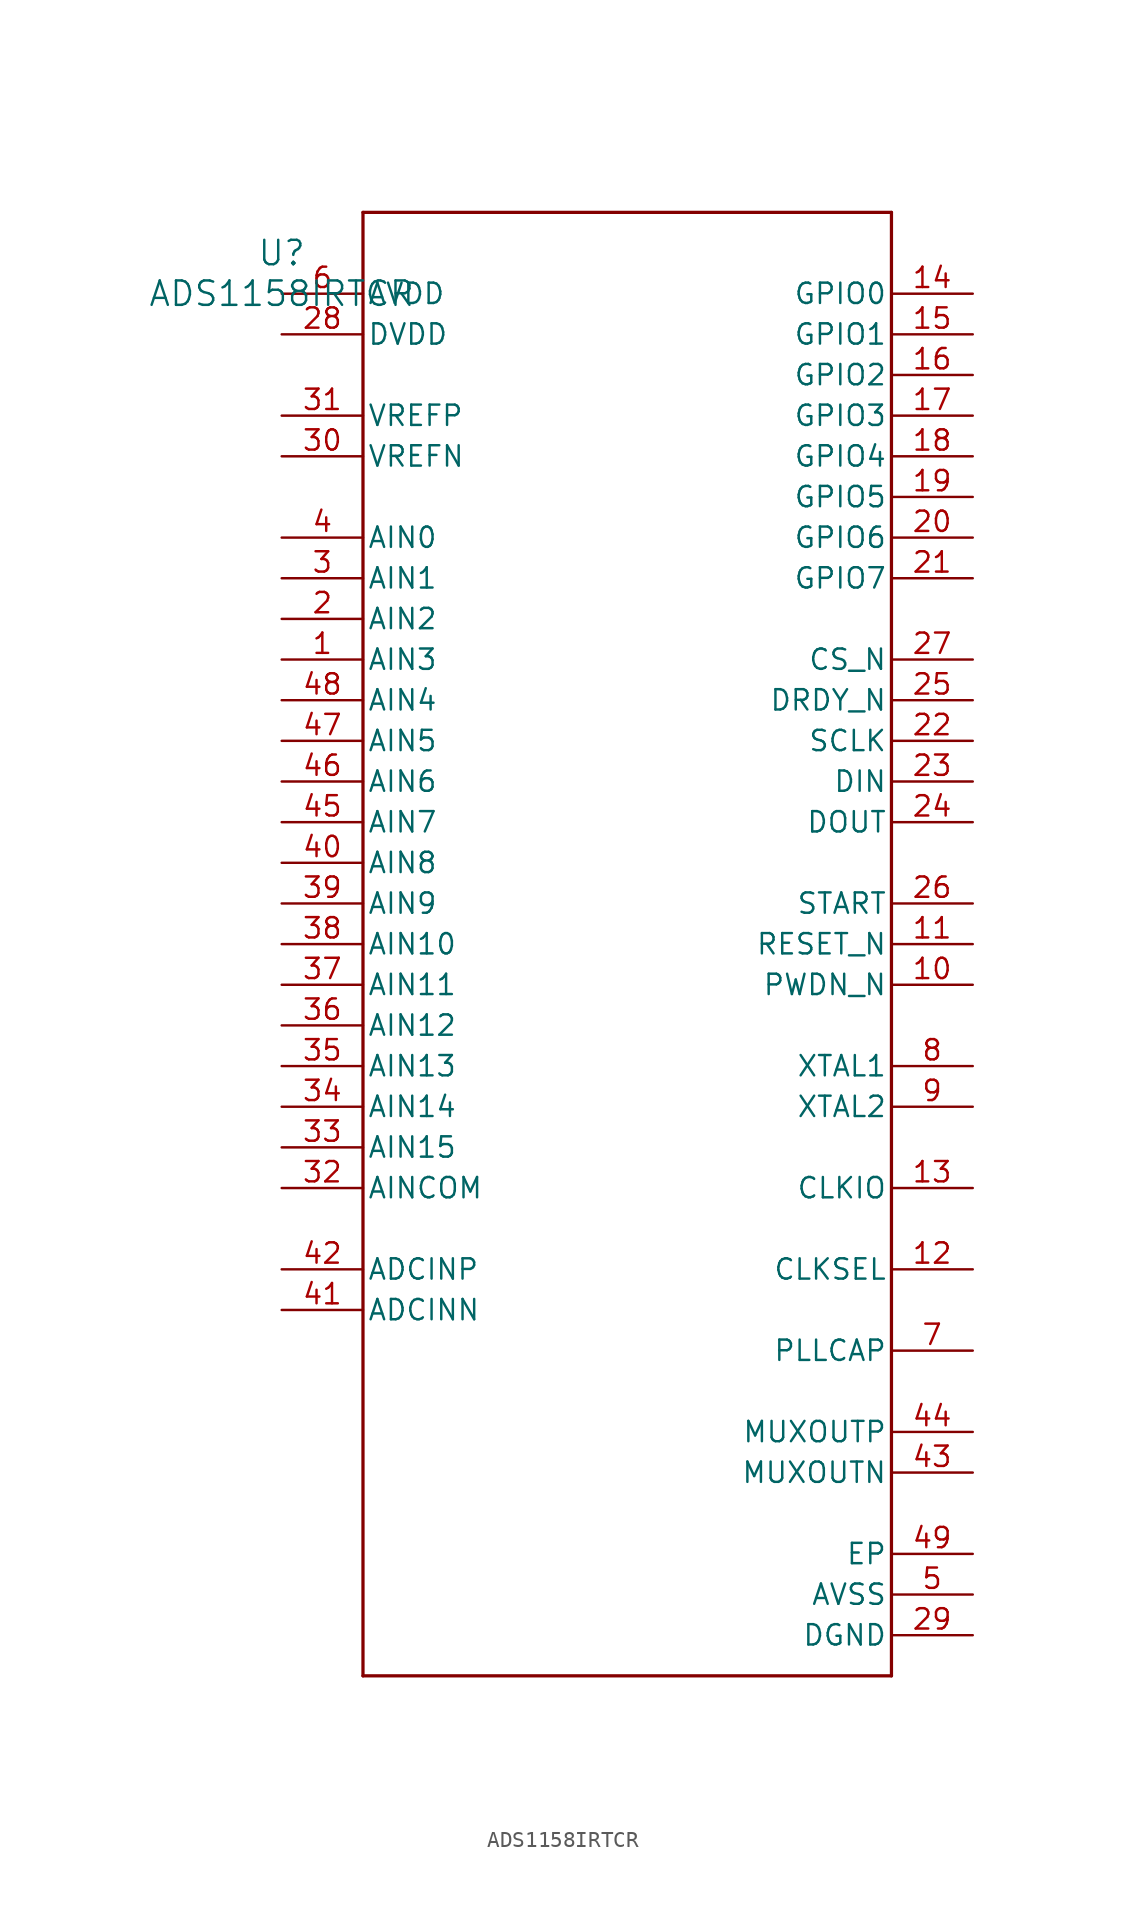
<source format=kicad_sym>
(kicad_symbol_lib
  (version 20211014)
  (generator kicad_symbol_editor)
  (symbol "ADS1158IRTCR"
    (pin_names
      (offset 0.254))
    (property "Reference" "U"
      (at 0 2.54 0)
      (effects (font (size 1.524 1.524))))
    (property "Value" "ADS1158IRTCR"
      (at 0 0 0)
      (effects (font (size 1.524 1.524))))
    (symbol "ADS1158IRTCR_0_1"
      (polyline (pts (xy 5.08 -86.36) (xy 38.1 -86.36)) (stroke (width 0.203) (type default) (color 0 0 0 0)) (fill (type none)))
      (polyline (pts (xy 38.1 -86.36) (xy 38.1 5.08)) (stroke (width 0.203) (type default) (color 0 0 0 0)) (fill (type none)))
      (polyline (pts (xy 38.1 5.08) (xy 5.08 5.08)) (stroke (width 0.203) (type default) (color 0 0 0 0)) (fill (type none)))
      (polyline (pts (xy 5.08 5.08) (xy 5.08 -86.36)) (stroke (width 0.203) (type default) (color 0 0 0 0)) (fill (type none)))
      (pin unspecified line (at 0 -22.86 0) (length 5.08) (name "AIN3" (effects (font (size 1.27 1.27)))) (number "1" (effects (font (size 1.27 1.27)))))
      (pin unspecified line (at 0 -20.32 0) (length 5.08) (name "AIN2" (effects (font (size 1.27 1.27)))) (number "2" (effects (font (size 1.27 1.27)))))
      (pin unspecified line (at 0 -17.78 0) (length 5.08) (name "AIN1" (effects (font (size 1.27 1.27)))) (number "3" (effects (font (size 1.27 1.27)))))
      (pin unspecified line (at 0 -15.24 0) (length 5.08) (name "AIN0" (effects (font (size 1.27 1.27)))) (number "4" (effects (font (size 1.27 1.27)))))
      (pin power_in line (at 43.18 -81.28 180) (length 5.08) (name "AVSS" (effects (font (size 1.27 1.27)))) (number "5" (effects (font (size 1.27 1.27)))))
      (pin power_in line (at 0 0 0) (length 5.08) (name "AVDD" (effects (font (size 1.27 1.27)))) (number "6" (effects (font (size 1.27 1.27)))))
      (pin unspecified line (at 43.18 -66.04 180) (length 5.08) (name "PLLCAP" (effects (font (size 1.27 1.27)))) (number "7" (effects (font (size 1.27 1.27)))))
      (pin unspecified line (at 43.18 -48.26 180) (length 5.08) (name "XTAL1" (effects (font (size 1.27 1.27)))) (number "8" (effects (font (size 1.27 1.27)))))
      (pin unspecified line (at 43.18 -50.8 180) (length 5.08) (name "XTAL2" (effects (font (size 1.27 1.27)))) (number "9" (effects (font (size 1.27 1.27)))))
      (pin input line (at 43.18 -43.18 180) (length 5.08) (name "PWDN_N" (effects (font (size 1.27 1.27)))) (number "10" (effects (font (size 1.27 1.27)))))
      (pin input line (at 43.18 -40.64 180) (length 5.08) (name "RESET_N" (effects (font (size 1.27 1.27)))) (number "11" (effects (font (size 1.27 1.27)))))
      (pin input line (at 43.18 -60.96 180) (length 5.08) (name "CLKSEL" (effects (font (size 1.27 1.27)))) (number "12" (effects (font (size 1.27 1.27)))))
      (pin bidirectional line (at 43.18 -55.88 180) (length 5.08) (name "CLKIO" (effects (font (size 1.27 1.27)))) (number "13" (effects (font (size 1.27 1.27)))))
      (pin bidirectional line (at 43.18 0 180) (length 5.08) (name "GPIO0" (effects (font (size 1.27 1.27)))) (number "14" (effects (font (size 1.27 1.27)))))
      (pin bidirectional line (at 43.18 -2.54 180) (length 5.08) (name "GPIO1" (effects (font (size 1.27 1.27)))) (number "15" (effects (font (size 1.27 1.27)))))
      (pin bidirectional line (at 43.18 -5.08 180) (length 5.08) (name "GPIO2" (effects (font (size 1.27 1.27)))) (number "16" (effects (font (size 1.27 1.27)))))
      (pin bidirectional line (at 43.18 -7.62 180) (length 5.08) (name "GPIO3" (effects (font (size 1.27 1.27)))) (number "17" (effects (font (size 1.27 1.27)))))
      (pin bidirectional line (at 43.18 -10.16 180) (length 5.08) (name "GPIO4" (effects (font (size 1.27 1.27)))) (number "18" (effects (font (size 1.27 1.27)))))
      (pin bidirectional line (at 43.18 -12.7 180) (length 5.08) (name "GPIO5" (effects (font (size 1.27 1.27)))) (number "19" (effects (font (size 1.27 1.27)))))
      (pin bidirectional line (at 43.18 -15.24 180) (length 5.08) (name "GPIO6" (effects (font (size 1.27 1.27)))) (number "20" (effects (font (size 1.27 1.27)))))
      (pin bidirectional line (at 43.18 -17.78 180) (length 5.08) (name "GPIO7" (effects (font (size 1.27 1.27)))) (number "21" (effects (font (size 1.27 1.27)))))
      (pin input line (at 43.18 -27.94 180) (length 5.08) (name "SCLK" (effects (font (size 1.27 1.27)))) (number "22" (effects (font (size 1.27 1.27)))))
      (pin input line (at 43.18 -30.48 180) (length 5.08) (name "DIN" (effects (font (size 1.27 1.27)))) (number "23" (effects (font (size 1.27 1.27)))))
      (pin output line (at 43.18 -33.02 180) (length 5.08) (name "DOUT" (effects (font (size 1.27 1.27)))) (number "24" (effects (font (size 1.27 1.27)))))
      (pin output line (at 43.18 -25.4 180) (length 5.08) (name "DRDY_N" (effects (font (size 1.27 1.27)))) (number "25" (effects (font (size 1.27 1.27)))))
      (pin input line (at 43.18 -38.1 180) (length 5.08) (name "START" (effects (font (size 1.27 1.27)))) (number "26" (effects (font (size 1.27 1.27)))))
      (pin input line (at 43.18 -22.86 180) (length 5.08) (name "CS_N" (effects (font (size 1.27 1.27)))) (number "27" (effects (font (size 1.27 1.27)))))
      (pin power_in line (at 0 -2.54 0) (length 5.08) (name "DVDD" (effects (font (size 1.27 1.27)))) (number "28" (effects (font (size 1.27 1.27)))))
      (pin power_in line (at 43.18 -83.82 180) (length 5.08) (name "DGND" (effects (font (size 1.27 1.27)))) (number "29" (effects (font (size 1.27 1.27)))))
      (pin unspecified line (at 0 -10.16 0) (length 5.08) (name "VREFN" (effects (font (size 1.27 1.27)))) (number "30" (effects (font (size 1.27 1.27)))))
      (pin unspecified line (at 0 -7.62 0) (length 5.08) (name "VREFP" (effects (font (size 1.27 1.27)))) (number "31" (effects (font (size 1.27 1.27)))))
      (pin unspecified line (at 0 -55.88 0) (length 5.08) (name "AINCOM" (effects (font (size 1.27 1.27)))) (number "32" (effects (font (size 1.27 1.27)))))
      (pin unspecified line (at 0 -53.34 0) (length 5.08) (name "AIN15" (effects (font (size 1.27 1.27)))) (number "33" (effects (font (size 1.27 1.27)))))
      (pin unspecified line (at 0 -50.8 0) (length 5.08) (name "AIN14" (effects (font (size 1.27 1.27)))) (number "34" (effects (font (size 1.27 1.27)))))
      (pin unspecified line (at 0 -48.26 0) (length 5.08) (name "AIN13" (effects (font (size 1.27 1.27)))) (number "35" (effects (font (size 1.27 1.27)))))
      (pin unspecified line (at 0 -45.72 0) (length 5.08) (name "AIN12" (effects (font (size 1.27 1.27)))) (number "36" (effects (font (size 1.27 1.27)))))
      (pin unspecified line (at 0 -43.18 0) (length 5.08) (name "AIN11" (effects (font (size 1.27 1.27)))) (number "37" (effects (font (size 1.27 1.27)))))
      (pin unspecified line (at 0 -40.64 0) (length 5.08) (name "AIN10" (effects (font (size 1.27 1.27)))) (number "38" (effects (font (size 1.27 1.27)))))
      (pin unspecified line (at 0 -38.1 0) (length 5.08) (name "AIN9" (effects (font (size 1.27 1.27)))) (number "39" (effects (font (size 1.27 1.27)))))
      (pin unspecified line (at 0 -35.56 0) (length 5.08) (name "AIN8" (effects (font (size 1.27 1.27)))) (number "40" (effects (font (size 1.27 1.27)))))
      (pin unspecified line (at 0 -63.5 0) (length 5.08) (name "ADCINN" (effects (font (size 1.27 1.27)))) (number "41" (effects (font (size 1.27 1.27)))))
      (pin unspecified line (at 0 -60.96 0) (length 5.08) (name "ADCINP" (effects (font (size 1.27 1.27)))) (number "42" (effects (font (size 1.27 1.27)))))
      (pin unspecified line (at 43.18 -73.66 180) (length 5.08) (name "MUXOUTN" (effects (font (size 1.27 1.27)))) (number "43" (effects (font (size 1.27 1.27)))))
      (pin unspecified line (at 43.18 -71.12 180) (length 5.08) (name "MUXOUTP" (effects (font (size 1.27 1.27)))) (number "44" (effects (font (size 1.27 1.27)))))
      (pin unspecified line (at 0 -33.02 0) (length 5.08) (name "AIN7" (effects (font (size 1.27 1.27)))) (number "45" (effects (font (size 1.27 1.27)))))
      (pin unspecified line (at 0 -30.48 0) (length 5.08) (name "AIN6" (effects (font (size 1.27 1.27)))) (number "46" (effects (font (size 1.27 1.27)))))
      (pin unspecified line (at 0 -27.94 0) (length 5.08) (name "AIN5" (effects (font (size 1.27 1.27)))) (number "47" (effects (font (size 1.27 1.27)))))
      (pin unspecified line (at 0 -25.4 0) (length 5.08) (name "AIN4" (effects (font (size 1.27 1.27)))) (number "48" (effects (font (size 1.27 1.27)))))
      (pin unspecified line (at 43.18 -78.74 180) (length 5.08) (name "EP" (effects (font (size 1.27 1.27)))) (number "49" (effects (font (size 1.27 1.27))))))))
</source>
